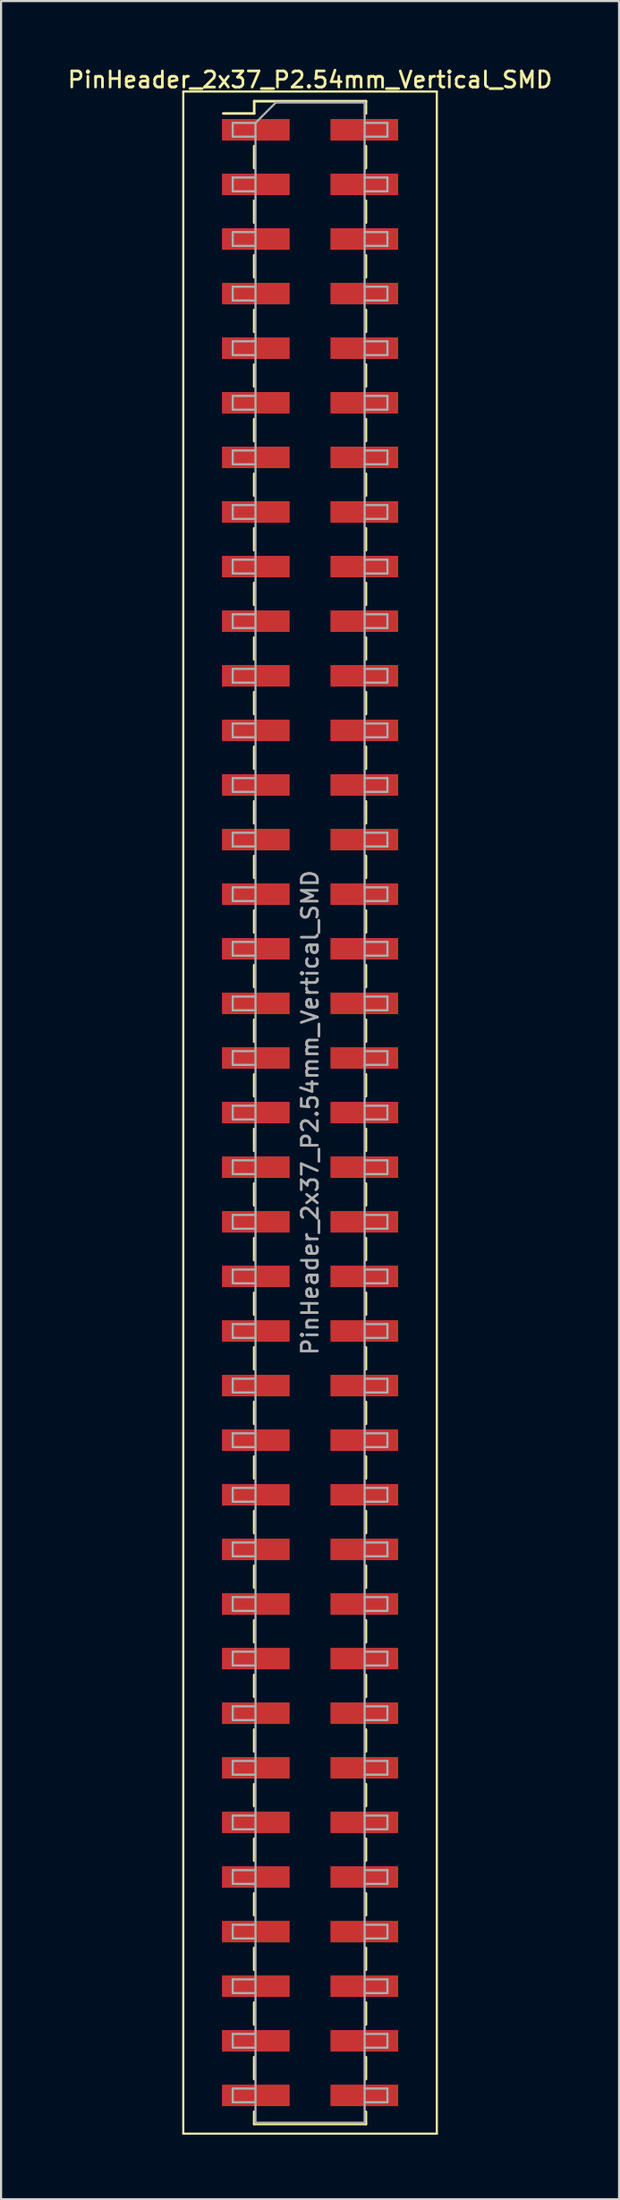
<source format=kicad_pcb>
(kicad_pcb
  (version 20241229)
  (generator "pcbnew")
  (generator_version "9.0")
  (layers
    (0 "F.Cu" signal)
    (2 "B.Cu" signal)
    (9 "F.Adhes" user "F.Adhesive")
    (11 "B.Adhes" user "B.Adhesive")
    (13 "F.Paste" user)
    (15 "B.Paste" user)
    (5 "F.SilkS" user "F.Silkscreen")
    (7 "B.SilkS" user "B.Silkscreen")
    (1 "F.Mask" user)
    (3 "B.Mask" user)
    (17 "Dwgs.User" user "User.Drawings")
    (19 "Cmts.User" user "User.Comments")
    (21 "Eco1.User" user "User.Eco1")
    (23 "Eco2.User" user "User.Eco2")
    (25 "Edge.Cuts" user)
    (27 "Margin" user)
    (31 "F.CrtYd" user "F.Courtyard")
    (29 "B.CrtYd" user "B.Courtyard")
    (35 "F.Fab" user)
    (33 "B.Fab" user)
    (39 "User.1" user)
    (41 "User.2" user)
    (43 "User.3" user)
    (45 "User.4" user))
  (footprint "PinHeader_2x37_P2.54mm_Vertical_SMD"
    (layer "F.Cu")
    (at 11.38 48.708)
    (property "Reference" "PinHeader_2x37_P2.54mm_Vertical_SMD" (at 0 -48.05 0) (layer "F.SilkS") (effects (font (size 0.75 0.75) (thickness 0.125))))
    (attr smd)
    (fp_line (start -5.9 -47.5) (end -5.9 47.5) (stroke (width 0.1) (type solid)) (layer "F.SilkS"))
    (fp_line (start -5.9 47.5) (end 5.9 47.5) (stroke (width 0.1) (type solid)) (layer "F.SilkS"))
    (fp_line (start -4.04 -46.48) (end -2.6 -46.48) (stroke (width 0.12) (type solid)) (layer "F.SilkS"))
    (fp_line (start -2.6 -47.05) (end -2.6 -46.48) (stroke (width 0.12) (type solid)) (layer "F.SilkS"))
    (fp_line (start -2.6 -47.05) (end 2.6 -47.05) (stroke (width 0.12) (type solid)) (layer "F.SilkS"))
    (fp_line (start -2.6 -44.96) (end -2.6 -43.94) (stroke (width 0.12) (type solid)) (layer "F.SilkS"))
    (fp_line (start -2.6 -42.42) (end -2.6 -41.4) (stroke (width 0.12) (type solid)) (layer "F.SilkS"))
    (fp_line (start -2.6 -39.88) (end -2.6 -38.86) (stroke (width 0.12) (type solid)) (layer "F.SilkS"))
    (fp_line (start -2.6 -37.34) (end -2.6 -36.32) (stroke (width 0.12) (type solid)) (layer "F.SilkS"))
    (fp_line (start -2.6 -34.8) (end -2.6 -33.78) (stroke (width 0.12) (type solid)) (layer "F.SilkS"))
    (fp_line (start -2.6 -32.26) (end -2.6 -31.24) (stroke (width 0.12) (type solid)) (layer "F.SilkS"))
    (fp_line (start -2.6 -29.72) (end -2.6 -28.7) (stroke (width 0.12) (type solid)) (layer "F.SilkS"))
    (fp_line (start -2.6 -27.18) (end -2.6 -26.16) (stroke (width 0.12) (type solid)) (layer "F.SilkS"))
    (fp_line (start -2.6 -24.64) (end -2.6 -23.62) (stroke (width 0.12) (type solid)) (layer "F.SilkS"))
    (fp_line (start -2.6 -22.1) (end -2.6 -21.08) (stroke (width 0.12) (type solid)) (layer "F.SilkS"))
    (fp_line (start -2.6 -19.56) (end -2.6 -18.54) (stroke (width 0.12) (type solid)) (layer "F.SilkS"))
    (fp_line (start -2.6 -17.02) (end -2.6 -16) (stroke (width 0.12) (type solid)) (layer "F.SilkS"))
    (fp_line (start -2.6 -14.48) (end -2.6 -13.46) (stroke (width 0.12) (type solid)) (layer "F.SilkS"))
    (fp_line (start -2.6 -11.94) (end -2.6 -10.92) (stroke (width 0.12) (type solid)) (layer "F.SilkS"))
    (fp_line (start -2.6 -9.4) (end -2.6 -8.38) (stroke (width 0.12) (type solid)) (layer "F.SilkS"))
    (fp_line (start -2.6 -6.86) (end -2.6 -5.84) (stroke (width 0.12) (type solid)) (layer "F.SilkS"))
    (fp_line (start -2.6 -4.32) (end -2.6 -3.3) (stroke (width 0.12) (type solid)) (layer "F.SilkS"))
    (fp_line (start -2.6 -1.78) (end -2.6 -0.76) (stroke (width 0.12) (type solid)) (layer "F.SilkS"))
    (fp_line (start -2.6 0.76) (end -2.6 1.78) (stroke (width 0.12) (type solid)) (layer "F.SilkS"))
    (fp_line (start -2.6 3.3) (end -2.6 4.32) (stroke (width 0.12) (type solid)) (layer "F.SilkS"))
    (fp_line (start -2.6 5.84) (end -2.6 6.86) (stroke (width 0.12) (type solid)) (layer "F.SilkS"))
    (fp_line (start -2.6 8.38) (end -2.6 9.4) (stroke (width 0.12) (type solid)) (layer "F.SilkS"))
    (fp_line (start -2.6 10.92) (end -2.6 11.94) (stroke (width 0.12) (type solid)) (layer "F.SilkS"))
    (fp_line (start -2.6 13.46) (end -2.6 14.48) (stroke (width 0.12) (type solid)) (layer "F.SilkS"))
    (fp_line (start -2.6 16) (end -2.6 17.02) (stroke (width 0.12) (type solid)) (layer "F.SilkS"))
    (fp_line (start -2.6 18.54) (end -2.6 19.56) (stroke (width 0.12) (type solid)) (layer "F.SilkS"))
    (fp_line (start -2.6 21.08) (end -2.6 22.1) (stroke (width 0.12) (type solid)) (layer "F.SilkS"))
    (fp_line (start -2.6 23.62) (end -2.6 24.64) (stroke (width 0.12) (type solid)) (layer "F.SilkS"))
    (fp_line (start -2.6 26.16) (end -2.6 27.18) (stroke (width 0.12) (type solid)) (layer "F.SilkS"))
    (fp_line (start -2.6 28.7) (end -2.6 29.72) (stroke (width 0.12) (type solid)) (layer "F.SilkS"))
    (fp_line (start -2.6 31.24) (end -2.6 32.26) (stroke (width 0.12) (type solid)) (layer "F.SilkS"))
    (fp_line (start -2.6 33.78) (end -2.6 34.8) (stroke (width 0.12) (type solid)) (layer "F.SilkS"))
    (fp_line (start -2.6 36.32) (end -2.6 37.34) (stroke (width 0.12) (type solid)) (layer "F.SilkS"))
    (fp_line (start -2.6 38.86) (end -2.6 39.88) (stroke (width 0.12) (type solid)) (layer "F.SilkS"))
    (fp_line (start -2.6 41.4) (end -2.6 42.42) (stroke (width 0.12) (type solid)) (layer "F.SilkS"))
    (fp_line (start -2.6 43.94) (end -2.6 44.96) (stroke (width 0.12) (type solid)) (layer "F.SilkS"))
    (fp_line (start -2.6 46.48) (end -2.6 47.05) (stroke (width 0.12) (type solid)) (layer "F.SilkS"))
    (fp_line (start -2.6 47.05) (end 2.6 47.05) (stroke (width 0.12) (type solid)) (layer "F.SilkS"))
    (fp_line (start 2.6 -47.05) (end 2.6 -46.48) (stroke (width 0.12) (type solid)) (layer "F.SilkS"))
    (fp_line (start 2.6 -44.96) (end 2.6 -43.94) (stroke (width 0.12) (type solid)) (layer "F.SilkS"))
    (fp_line (start 2.6 -42.42) (end 2.6 -41.4) (stroke (width 0.12) (type solid)) (layer "F.SilkS"))
    (fp_line (start 2.6 -39.88) (end 2.6 -38.86) (stroke (width 0.12) (type solid)) (layer "F.SilkS"))
    (fp_line (start 2.6 -37.34) (end 2.6 -36.32) (stroke (width 0.12) (type solid)) (layer "F.SilkS"))
    (fp_line (start 2.6 -34.8) (end 2.6 -33.78) (stroke (width 0.12) (type solid)) (layer "F.SilkS"))
    (fp_line (start 2.6 -32.26) (end 2.6 -31.24) (stroke (width 0.12) (type solid)) (layer "F.SilkS"))
    (fp_line (start 2.6 -29.72) (end 2.6 -28.7) (stroke (width 0.12) (type solid)) (layer "F.SilkS"))
    (fp_line (start 2.6 -27.18) (end 2.6 -26.16) (stroke (width 0.12) (type solid)) (layer "F.SilkS"))
    (fp_line (start 2.6 -24.64) (end 2.6 -23.62) (stroke (width 0.12) (type solid)) (layer "F.SilkS"))
    (fp_line (start 2.6 -22.1) (end 2.6 -21.08) (stroke (width 0.12) (type solid)) (layer "F.SilkS"))
    (fp_line (start 2.6 -19.56) (end 2.6 -18.54) (stroke (width 0.12) (type solid)) (layer "F.SilkS"))
    (fp_line (start 2.6 -17.02) (end 2.6 -16) (stroke (width 0.12) (type solid)) (layer "F.SilkS"))
    (fp_line (start 2.6 -14.48) (end 2.6 -13.46) (stroke (width 0.12) (type solid)) (layer "F.SilkS"))
    (fp_line (start 2.6 -11.94) (end 2.6 -10.92) (stroke (width 0.12) (type solid)) (layer "F.SilkS"))
    (fp_line (start 2.6 -9.4) (end 2.6 -8.38) (stroke (width 0.12) (type solid)) (layer "F.SilkS"))
    (fp_line (start 2.6 -6.86) (end 2.6 -5.84) (stroke (width 0.12) (type solid)) (layer "F.SilkS"))
    (fp_line (start 2.6 -4.32) (end 2.6 -3.3) (stroke (width 0.12) (type solid)) (layer "F.SilkS"))
    (fp_line (start 2.6 -1.78) (end 2.6 -0.76) (stroke (width 0.12) (type solid)) (layer "F.SilkS"))
    (fp_line (start 2.6 0.76) (end 2.6 1.78) (stroke (width 0.12) (type solid)) (layer "F.SilkS"))
    (fp_line (start 2.6 3.3) (end 2.6 4.32) (stroke (width 0.12) (type solid)) (layer "F.SilkS"))
    (fp_line (start 2.6 5.84) (end 2.6 6.86) (stroke (width 0.12) (type solid)) (layer "F.SilkS"))
    (fp_line (start 2.6 8.38) (end 2.6 9.4) (stroke (width 0.12) (type solid)) (layer "F.SilkS"))
    (fp_line (start 2.6 10.92) (end 2.6 11.94) (stroke (width 0.12) (type solid)) (layer "F.SilkS"))
    (fp_line (start 2.6 13.46) (end 2.6 14.48) (stroke (width 0.12) (type solid)) (layer "F.SilkS"))
    (fp_line (start 2.6 16) (end 2.6 17.02) (stroke (width 0.12) (type solid)) (layer "F.SilkS"))
    (fp_line (start 2.6 18.54) (end 2.6 19.56) (stroke (width 0.12) (type solid)) (layer "F.SilkS"))
    (fp_line (start 2.6 21.08) (end 2.6 22.1) (stroke (width 0.12) (type solid)) (layer "F.SilkS"))
    (fp_line (start 2.6 23.62) (end 2.6 24.64) (stroke (width 0.12) (type solid)) (layer "F.SilkS"))
    (fp_line (start 2.6 26.16) (end 2.6 27.18) (stroke (width 0.12) (type solid)) (layer "F.SilkS"))
    (fp_line (start 2.6 28.7) (end 2.6 29.72) (stroke (width 0.12) (type solid)) (layer "F.SilkS"))
    (fp_line (start 2.6 31.24) (end 2.6 32.26) (stroke (width 0.12) (type solid)) (layer "F.SilkS"))
    (fp_line (start 2.6 33.78) (end 2.6 34.8) (stroke (width 0.12) (type solid)) (layer "F.SilkS"))
    (fp_line (start 2.6 36.32) (end 2.6 37.34) (stroke (width 0.12) (type solid)) (layer "F.SilkS"))
    (fp_line (start 2.6 38.86) (end 2.6 39.88) (stroke (width 0.12) (type solid)) (layer "F.SilkS"))
    (fp_line (start 2.6 41.4) (end 2.6 42.42) (stroke (width 0.12) (type solid)) (layer "F.SilkS"))
    (fp_line (start 2.6 43.94) (end 2.6 44.96) (stroke (width 0.12) (type solid)) (layer "F.SilkS"))
    (fp_line (start 2.6 46.48) (end 2.6 47.05) (stroke (width 0.12) (type solid)) (layer "F.SilkS"))
    (fp_line (start 5.9 -47.5) (end -5.9 -47.5) (stroke (width 0.1) (type solid)) (layer "F.SilkS"))
    (fp_line (start 5.9 47.5) (end 5.9 -47.5) (stroke (width 0.1) (type solid)) (layer "F.SilkS"))
    (fp_line (start -3.6 -46.04) (end -3.6 -45.4) (stroke (width 0.1) (type solid)) (layer "F.Fab"))
    (fp_line (start -3.6 -45.4) (end -2.54 -45.4) (stroke (width 0.1) (type solid)) (layer "F.Fab"))
    (fp_line (start -3.6 -43.5) (end -3.6 -42.86) (stroke (width 0.1) (type solid)) (layer "F.Fab"))
    (fp_line (start -3.6 -42.86) (end -2.54 -42.86) (stroke (width 0.1) (type solid)) (layer "F.Fab"))
    (fp_line (start -3.6 -40.96) (end -3.6 -40.32) (stroke (width 0.1) (type solid)) (layer "F.Fab"))
    (fp_line (start -3.6 -40.32) (end -2.54 -40.32) (stroke (width 0.1) (type solid)) (layer "F.Fab"))
    (fp_line (start -3.6 -38.42) (end -3.6 -37.78) (stroke (width 0.1) (type solid)) (layer "F.Fab"))
    (fp_line (start -3.6 -37.78) (end -2.54 -37.78) (stroke (width 0.1) (type solid)) (layer "F.Fab"))
    (fp_line (start -3.6 -35.88) (end -3.6 -35.24) (stroke (width 0.1) (type solid)) (layer "F.Fab"))
    (fp_line (start -3.6 -35.24) (end -2.54 -35.24) (stroke (width 0.1) (type solid)) (layer "F.Fab"))
    (fp_line (start -3.6 -33.34) (end -3.6 -32.7) (stroke (width 0.1) (type solid)) (layer "F.Fab"))
    (fp_line (start -3.6 -32.7) (end -2.54 -32.7) (stroke (width 0.1) (type solid)) (layer "F.Fab"))
    (fp_line (start -3.6 -30.8) (end -3.6 -30.16) (stroke (width 0.1) (type solid)) (layer "F.Fab"))
    (fp_line (start -3.6 -30.16) (end -2.54 -30.16) (stroke (width 0.1) (type solid)) (layer "F.Fab"))
    (fp_line (start -3.6 -28.26) (end -3.6 -27.62) (stroke (width 0.1) (type solid)) (layer "F.Fab"))
    (fp_line (start -3.6 -27.62) (end -2.54 -27.62) (stroke (width 0.1) (type solid)) (layer "F.Fab"))
    (fp_line (start -3.6 -25.72) (end -3.6 -25.08) (stroke (width 0.1) (type solid)) (layer "F.Fab"))
    (fp_line (start -3.6 -25.08) (end -2.54 -25.08) (stroke (width 0.1) (type solid)) (layer "F.Fab"))
    (fp_line (start -3.6 -23.18) (end -3.6 -22.54) (stroke (width 0.1) (type solid)) (layer "F.Fab"))
    (fp_line (start -3.6 -22.54) (end -2.54 -22.54) (stroke (width 0.1) (type solid)) (layer "F.Fab"))
    (fp_line (start -3.6 -20.64) (end -3.6 -20) (stroke (width 0.1) (type solid)) (layer "F.Fab"))
    (fp_line (start -3.6 -20) (end -2.54 -20) (stroke (width 0.1) (type solid)) (layer "F.Fab"))
    (fp_line (start -3.6 -18.1) (end -3.6 -17.46) (stroke (width 0.1) (type solid)) (layer "F.Fab"))
    (fp_line (start -3.6 -17.46) (end -2.54 -17.46) (stroke (width 0.1) (type solid)) (layer "F.Fab"))
    (fp_line (start -3.6 -15.56) (end -3.6 -14.92) (stroke (width 0.1) (type solid)) (layer "F.Fab"))
    (fp_line (start -3.6 -14.92) (end -2.54 -14.92) (stroke (width 0.1) (type solid)) (layer "F.Fab"))
    (fp_line (start -3.6 -13.02) (end -3.6 -12.38) (stroke (width 0.1) (type solid)) (layer "F.Fab"))
    (fp_line (start -3.6 -12.38) (end -2.54 -12.38) (stroke (width 0.1) (type solid)) (layer "F.Fab"))
    (fp_line (start -3.6 -10.48) (end -3.6 -9.84) (stroke (width 0.1) (type solid)) (layer "F.Fab"))
    (fp_line (start -3.6 -9.84) (end -2.54 -9.84) (stroke (width 0.1) (type solid)) (layer "F.Fab"))
    (fp_line (start -3.6 -7.94) (end -3.6 -7.3) (stroke (width 0.1) (type solid)) (layer "F.Fab"))
    (fp_line (start -3.6 -7.3) (end -2.54 -7.3) (stroke (width 0.1) (type solid)) (layer "F.Fab"))
    (fp_line (start -3.6 -5.4) (end -3.6 -4.76) (stroke (width 0.1) (type solid)) (layer "F.Fab"))
    (fp_line (start -3.6 -4.76) (end -2.54 -4.76) (stroke (width 0.1) (type solid)) (layer "F.Fab"))
    (fp_line (start -3.6 -2.86) (end -3.6 -2.22) (stroke (width 0.1) (type solid)) (layer "F.Fab"))
    (fp_line (start -3.6 -2.22) (end -2.54 -2.22) (stroke (width 0.1) (type solid)) (layer "F.Fab"))
    (fp_line (start -3.6 -0.32) (end -3.6 0.32) (stroke (width 0.1) (type solid)) (layer "F.Fab"))
    (fp_line (start -3.6 0.32) (end -2.54 0.32) (stroke (width 0.1) (type solid)) (layer "F.Fab"))
    (fp_line (start -3.6 2.22) (end -3.6 2.86) (stroke (width 0.1) (type solid)) (layer "F.Fab"))
    (fp_line (start -3.6 2.86) (end -2.54 2.86) (stroke (width 0.1) (type solid)) (layer "F.Fab"))
    (fp_line (start -3.6 4.76) (end -3.6 5.4) (stroke (width 0.1) (type solid)) (layer "F.Fab"))
    (fp_line (start -3.6 5.4) (end -2.54 5.4) (stroke (width 0.1) (type solid)) (layer "F.Fab"))
    (fp_line (start -3.6 7.3) (end -3.6 7.94) (stroke (width 0.1) (type solid)) (layer "F.Fab"))
    (fp_line (start -3.6 7.94) (end -2.54 7.94) (stroke (width 0.1) (type solid)) (layer "F.Fab"))
    (fp_line (start -3.6 9.84) (end -3.6 10.48) (stroke (width 0.1) (type solid)) (layer "F.Fab"))
    (fp_line (start -3.6 10.48) (end -2.54 10.48) (stroke (width 0.1) (type solid)) (layer "F.Fab"))
    (fp_line (start -3.6 12.38) (end -3.6 13.02) (stroke (width 0.1) (type solid)) (layer "F.Fab"))
    (fp_line (start -3.6 13.02) (end -2.54 13.02) (stroke (width 0.1) (type solid)) (layer "F.Fab"))
    (fp_line (start -3.6 14.92) (end -3.6 15.56) (stroke (width 0.1) (type solid)) (layer "F.Fab"))
    (fp_line (start -3.6 15.56) (end -2.54 15.56) (stroke (width 0.1) (type solid)) (layer "F.Fab"))
    (fp_line (start -3.6 17.46) (end -3.6 18.1) (stroke (width 0.1) (type solid)) (layer "F.Fab"))
    (fp_line (start -3.6 18.1) (end -2.54 18.1) (stroke (width 0.1) (type solid)) (layer "F.Fab"))
    (fp_line (start -3.6 20) (end -3.6 20.64) (stroke (width 0.1) (type solid)) (layer "F.Fab"))
    (fp_line (start -3.6 20.64) (end -2.54 20.64) (stroke (width 0.1) (type solid)) (layer "F.Fab"))
    (fp_line (start -3.6 22.54) (end -3.6 23.18) (stroke (width 0.1) (type solid)) (layer "F.Fab"))
    (fp_line (start -3.6 23.18) (end -2.54 23.18) (stroke (width 0.1) (type solid)) (layer "F.Fab"))
    (fp_line (start -3.6 25.08) (end -3.6 25.72) (stroke (width 0.1) (type solid)) (layer "F.Fab"))
    (fp_line (start -3.6 25.72) (end -2.54 25.72) (stroke (width 0.1) (type solid)) (layer "F.Fab"))
    (fp_line (start -3.6 27.62) (end -3.6 28.26) (stroke (width 0.1) (type solid)) (layer "F.Fab"))
    (fp_line (start -3.6 28.26) (end -2.54 28.26) (stroke (width 0.1) (type solid)) (layer "F.Fab"))
    (fp_line (start -3.6 30.16) (end -3.6 30.8) (stroke (width 0.1) (type solid)) (layer "F.Fab"))
    (fp_line (start -3.6 30.8) (end -2.54 30.8) (stroke (width 0.1) (type solid)) (layer "F.Fab"))
    (fp_line (start -3.6 32.7) (end -3.6 33.34) (stroke (width 0.1) (type solid)) (layer "F.Fab"))
    (fp_line (start -3.6 33.34) (end -2.54 33.34) (stroke (width 0.1) (type solid)) (layer "F.Fab"))
    (fp_line (start -3.6 35.24) (end -3.6 35.88) (stroke (width 0.1) (type solid)) (layer "F.Fab"))
    (fp_line (start -3.6 35.88) (end -2.54 35.88) (stroke (width 0.1) (type solid)) (layer "F.Fab"))
    (fp_line (start -3.6 37.78) (end -3.6 38.42) (stroke (width 0.1) (type solid)) (layer "F.Fab"))
    (fp_line (start -3.6 38.42) (end -2.54 38.42) (stroke (width 0.1) (type solid)) (layer "F.Fab"))
    (fp_line (start -3.6 40.32) (end -3.6 40.96) (stroke (width 0.1) (type solid)) (layer "F.Fab"))
    (fp_line (start -3.6 40.96) (end -2.54 40.96) (stroke (width 0.1) (type solid)) (layer "F.Fab"))
    (fp_line (start -3.6 42.86) (end -3.6 43.5) (stroke (width 0.1) (type solid)) (layer "F.Fab"))
    (fp_line (start -3.6 43.5) (end -2.54 43.5) (stroke (width 0.1) (type solid)) (layer "F.Fab"))
    (fp_line (start -3.6 45.4) (end -3.6 46.04) (stroke (width 0.1) (type solid)) (layer "F.Fab"))
    (fp_line (start -3.6 46.04) (end -2.54 46.04) (stroke (width 0.1) (type solid)) (layer "F.Fab"))
    (fp_line (start -2.54 -46.04) (end -3.6 -46.04) (stroke (width 0.1) (type solid)) (layer "F.Fab"))
    (fp_line (start -2.54 -46.04) (end -1.59 -46.99) (stroke (width 0.1) (type solid)) (layer "F.Fab"))
    (fp_line (start -2.54 -43.5) (end -3.6 -43.5) (stroke (width 0.1) (type solid)) (layer "F.Fab"))
    (fp_line (start -2.54 -40.96) (end -3.6 -40.96) (stroke (width 0.1) (type solid)) (layer "F.Fab"))
    (fp_line (start -2.54 -38.42) (end -3.6 -38.42) (stroke (width 0.1) (type solid)) (layer "F.Fab"))
    (fp_line (start -2.54 -35.88) (end -3.6 -35.88) (stroke (width 0.1) (type solid)) (layer "F.Fab"))
    (fp_line (start -2.54 -33.34) (end -3.6 -33.34) (stroke (width 0.1) (type solid)) (layer "F.Fab"))
    (fp_line (start -2.54 -30.8) (end -3.6 -30.8) (stroke (width 0.1) (type solid)) (layer "F.Fab"))
    (fp_line (start -2.54 -28.26) (end -3.6 -28.26) (stroke (width 0.1) (type solid)) (layer "F.Fab"))
    (fp_line (start -2.54 -25.72) (end -3.6 -25.72) (stroke (width 0.1) (type solid)) (layer "F.Fab"))
    (fp_line (start -2.54 -23.18) (end -3.6 -23.18) (stroke (width 0.1) (type solid)) (layer "F.Fab"))
    (fp_line (start -2.54 -20.64) (end -3.6 -20.64) (stroke (width 0.1) (type solid)) (layer "F.Fab"))
    (fp_line (start -2.54 -18.1) (end -3.6 -18.1) (stroke (width 0.1) (type solid)) (layer "F.Fab"))
    (fp_line (start -2.54 -15.56) (end -3.6 -15.56) (stroke (width 0.1) (type solid)) (layer "F.Fab"))
    (fp_line (start -2.54 -13.02) (end -3.6 -13.02) (stroke (width 0.1) (type solid)) (layer "F.Fab"))
    (fp_line (start -2.54 -10.48) (end -3.6 -10.48) (stroke (width 0.1) (type solid)) (layer "F.Fab"))
    (fp_line (start -2.54 -7.94) (end -3.6 -7.94) (stroke (width 0.1) (type solid)) (layer "F.Fab"))
    (fp_line (start -2.54 -5.4) (end -3.6 -5.4) (stroke (width 0.1) (type solid)) (layer "F.Fab"))
    (fp_line (start -2.54 -2.86) (end -3.6 -2.86) (stroke (width 0.1) (type solid)) (layer "F.Fab"))
    (fp_line (start -2.54 -0.32) (end -3.6 -0.32) (stroke (width 0.1) (type solid)) (layer "F.Fab"))
    (fp_line (start -2.54 2.22) (end -3.6 2.22) (stroke (width 0.1) (type solid)) (layer "F.Fab"))
    (fp_line (start -2.54 4.76) (end -3.6 4.76) (stroke (width 0.1) (type solid)) (layer "F.Fab"))
    (fp_line (start -2.54 7.3) (end -3.6 7.3) (stroke (width 0.1) (type solid)) (layer "F.Fab"))
    (fp_line (start -2.54 9.84) (end -3.6 9.84) (stroke (width 0.1) (type solid)) (layer "F.Fab"))
    (fp_line (start -2.54 12.38) (end -3.6 12.38) (stroke (width 0.1) (type solid)) (layer "F.Fab"))
    (fp_line (start -2.54 14.92) (end -3.6 14.92) (stroke (width 0.1) (type solid)) (layer "F.Fab"))
    (fp_line (start -2.54 17.46) (end -3.6 17.46) (stroke (width 0.1) (type solid)) (layer "F.Fab"))
    (fp_line (start -2.54 20) (end -3.6 20) (stroke (width 0.1) (type solid)) (layer "F.Fab"))
    (fp_line (start -2.54 22.54) (end -3.6 22.54) (stroke (width 0.1) (type solid)) (layer "F.Fab"))
    (fp_line (start -2.54 25.08) (end -3.6 25.08) (stroke (width 0.1) (type solid)) (layer "F.Fab"))
    (fp_line (start -2.54 27.62) (end -3.6 27.62) (stroke (width 0.1) (type solid)) (layer "F.Fab"))
    (fp_line (start -2.54 30.16) (end -3.6 30.16) (stroke (width 0.1) (type solid)) (layer "F.Fab"))
    (fp_line (start -2.54 32.7) (end -3.6 32.7) (stroke (width 0.1) (type solid)) (layer "F.Fab"))
    (fp_line (start -2.54 35.24) (end -3.6 35.24) (stroke (width 0.1) (type solid)) (layer "F.Fab"))
    (fp_line (start -2.54 37.78) (end -3.6 37.78) (stroke (width 0.1) (type solid)) (layer "F.Fab"))
    (fp_line (start -2.54 40.32) (end -3.6 40.32) (stroke (width 0.1) (type solid)) (layer "F.Fab"))
    (fp_line (start -2.54 42.86) (end -3.6 42.86) (stroke (width 0.1) (type solid)) (layer "F.Fab"))
    (fp_line (start -2.54 45.4) (end -3.6 45.4) (stroke (width 0.1) (type solid)) (layer "F.Fab"))
    (fp_line (start -2.54 46.99) (end -2.54 -46.04) (stroke (width 0.1) (type solid)) (layer "F.Fab"))
    (fp_line (start -1.59 -46.99) (end 2.54 -46.99) (stroke (width 0.1) (type solid)) (layer "F.Fab"))
    (fp_line (start 2.54 -46.99) (end 2.54 46.99) (stroke (width 0.1) (type solid)) (layer "F.Fab"))
    (fp_line (start 2.54 -46.04) (end 3.6 -46.04) (stroke (width 0.1) (type solid)) (layer "F.Fab"))
    (fp_line (start 2.54 -43.5) (end 3.6 -43.5) (stroke (width 0.1) (type solid)) (layer "F.Fab"))
    (fp_line (start 2.54 -40.96) (end 3.6 -40.96) (stroke (width 0.1) (type solid)) (layer "F.Fab"))
    (fp_line (start 2.54 -38.42) (end 3.6 -38.42) (stroke (width 0.1) (type solid)) (layer "F.Fab"))
    (fp_line (start 2.54 -35.88) (end 3.6 -35.88) (stroke (width 0.1) (type solid)) (layer "F.Fab"))
    (fp_line (start 2.54 -33.34) (end 3.6 -33.34) (stroke (width 0.1) (type solid)) (layer "F.Fab"))
    (fp_line (start 2.54 -30.8) (end 3.6 -30.8) (stroke (width 0.1) (type solid)) (layer "F.Fab"))
    (fp_line (start 2.54 -28.26) (end 3.6 -28.26) (stroke (width 0.1) (type solid)) (layer "F.Fab"))
    (fp_line (start 2.54 -25.72) (end 3.6 -25.72) (stroke (width 0.1) (type solid)) (layer "F.Fab"))
    (fp_line (start 2.54 -23.18) (end 3.6 -23.18) (stroke (width 0.1) (type solid)) (layer "F.Fab"))
    (fp_line (start 2.54 -20.64) (end 3.6 -20.64) (stroke (width 0.1) (type solid)) (layer "F.Fab"))
    (fp_line (start 2.54 -18.1) (end 3.6 -18.1) (stroke (width 0.1) (type solid)) (layer "F.Fab"))
    (fp_line (start 2.54 -15.56) (end 3.6 -15.56) (stroke (width 0.1) (type solid)) (layer "F.Fab"))
    (fp_line (start 2.54 -13.02) (end 3.6 -13.02) (stroke (width 0.1) (type solid)) (layer "F.Fab"))
    (fp_line (start 2.54 -10.48) (end 3.6 -10.48) (stroke (width 0.1) (type solid)) (layer "F.Fab"))
    (fp_line (start 2.54 -7.94) (end 3.6 -7.94) (stroke (width 0.1) (type solid)) (layer "F.Fab"))
    (fp_line (start 2.54 -5.4) (end 3.6 -5.4) (stroke (width 0.1) (type solid)) (layer "F.Fab"))
    (fp_line (start 2.54 -2.86) (end 3.6 -2.86) (stroke (width 0.1) (type solid)) (layer "F.Fab"))
    (fp_line (start 2.54 -0.32) (end 3.6 -0.32) (stroke (width 0.1) (type solid)) (layer "F.Fab"))
    (fp_line (start 2.54 2.22) (end 3.6 2.22) (stroke (width 0.1) (type solid)) (layer "F.Fab"))
    (fp_line (start 2.54 4.76) (end 3.6 4.76) (stroke (width 0.1) (type solid)) (layer "F.Fab"))
    (fp_line (start 2.54 7.3) (end 3.6 7.3) (stroke (width 0.1) (type solid)) (layer "F.Fab"))
    (fp_line (start 2.54 9.84) (end 3.6 9.84) (stroke (width 0.1) (type solid)) (layer "F.Fab"))
    (fp_line (start 2.54 12.38) (end 3.6 12.38) (stroke (width 0.1) (type solid)) (layer "F.Fab"))
    (fp_line (start 2.54 14.92) (end 3.6 14.92) (stroke (width 0.1) (type solid)) (layer "F.Fab"))
    (fp_line (start 2.54 17.46) (end 3.6 17.46) (stroke (width 0.1) (type solid)) (layer "F.Fab"))
    (fp_line (start 2.54 20) (end 3.6 20) (stroke (width 0.1) (type solid)) (layer "F.Fab"))
    (fp_line (start 2.54 22.54) (end 3.6 22.54) (stroke (width 0.1) (type solid)) (layer "F.Fab"))
    (fp_line (start 2.54 25.08) (end 3.6 25.08) (stroke (width 0.1) (type solid)) (layer "F.Fab"))
    (fp_line (start 2.54 27.62) (end 3.6 27.62) (stroke (width 0.1) (type solid)) (layer "F.Fab"))
    (fp_line (start 2.54 30.16) (end 3.6 30.16) (stroke (width 0.1) (type solid)) (layer "F.Fab"))
    (fp_line (start 2.54 32.7) (end 3.6 32.7) (stroke (width 0.1) (type solid)) (layer "F.Fab"))
    (fp_line (start 2.54 35.24) (end 3.6 35.24) (stroke (width 0.1) (type solid)) (layer "F.Fab"))
    (fp_line (start 2.54 37.78) (end 3.6 37.78) (stroke (width 0.1) (type solid)) (layer "F.Fab"))
    (fp_line (start 2.54 40.32) (end 3.6 40.32) (stroke (width 0.1) (type solid)) (layer "F.Fab"))
    (fp_line (start 2.54 42.86) (end 3.6 42.86) (stroke (width 0.1) (type solid)) (layer "F.Fab"))
    (fp_line (start 2.54 45.4) (end 3.6 45.4) (stroke (width 0.1) (type solid)) (layer "F.Fab"))
    (fp_line (start 2.54 46.99) (end -2.54 46.99) (stroke (width 0.1) (type solid)) (layer "F.Fab"))
    (fp_line (start 3.6 -46.04) (end 3.6 -45.4) (stroke (width 0.1) (type solid)) (layer "F.Fab"))
    (fp_line (start 3.6 -45.4) (end 2.54 -45.4) (stroke (width 0.1) (type solid)) (layer "F.Fab"))
    (fp_line (start 3.6 -43.5) (end 3.6 -42.86) (stroke (width 0.1) (type solid)) (layer "F.Fab"))
    (fp_line (start 3.6 -42.86) (end 2.54 -42.86) (stroke (width 0.1) (type solid)) (layer "F.Fab"))
    (fp_line (start 3.6 -40.96) (end 3.6 -40.32) (stroke (width 0.1) (type solid)) (layer "F.Fab"))
    (fp_line (start 3.6 -40.32) (end 2.54 -40.32) (stroke (width 0.1) (type solid)) (layer "F.Fab"))
    (fp_line (start 3.6 -38.42) (end 3.6 -37.78) (stroke (width 0.1) (type solid)) (layer "F.Fab"))
    (fp_line (start 3.6 -37.78) (end 2.54 -37.78) (stroke (width 0.1) (type solid)) (layer "F.Fab"))
    (fp_line (start 3.6 -35.88) (end 3.6 -35.24) (stroke (width 0.1) (type solid)) (layer "F.Fab"))
    (fp_line (start 3.6 -35.24) (end 2.54 -35.24) (stroke (width 0.1) (type solid)) (layer "F.Fab"))
    (fp_line (start 3.6 -33.34) (end 3.6 -32.7) (stroke (width 0.1) (type solid)) (layer "F.Fab"))
    (fp_line (start 3.6 -32.7) (end 2.54 -32.7) (stroke (width 0.1) (type solid)) (layer "F.Fab"))
    (fp_line (start 3.6 -30.8) (end 3.6 -30.16) (stroke (width 0.1) (type solid)) (layer "F.Fab"))
    (fp_line (start 3.6 -30.16) (end 2.54 -30.16) (stroke (width 0.1) (type solid)) (layer "F.Fab"))
    (fp_line (start 3.6 -28.26) (end 3.6 -27.62) (stroke (width 0.1) (type solid)) (layer "F.Fab"))
    (fp_line (start 3.6 -27.62) (end 2.54 -27.62) (stroke (width 0.1) (type solid)) (layer "F.Fab"))
    (fp_line (start 3.6 -25.72) (end 3.6 -25.08) (stroke (width 0.1) (type solid)) (layer "F.Fab"))
    (fp_line (start 3.6 -25.08) (end 2.54 -25.08) (stroke (width 0.1) (type solid)) (layer "F.Fab"))
    (fp_line (start 3.6 -23.18) (end 3.6 -22.54) (stroke (width 0.1) (type solid)) (layer "F.Fab"))
    (fp_line (start 3.6 -22.54) (end 2.54 -22.54) (stroke (width 0.1) (type solid)) (layer "F.Fab"))
    (fp_line (start 3.6 -20.64) (end 3.6 -20) (stroke (width 0.1) (type solid)) (layer "F.Fab"))
    (fp_line (start 3.6 -20) (end 2.54 -20) (stroke (width 0.1) (type solid)) (layer "F.Fab"))
    (fp_line (start 3.6 -18.1) (end 3.6 -17.46) (stroke (width 0.1) (type solid)) (layer "F.Fab"))
    (fp_line (start 3.6 -17.46) (end 2.54 -17.46) (stroke (width 0.1) (type solid)) (layer "F.Fab"))
    (fp_line (start 3.6 -15.56) (end 3.6 -14.92) (stroke (width 0.1) (type solid)) (layer "F.Fab"))
    (fp_line (start 3.6 -14.92) (end 2.54 -14.92) (stroke (width 0.1) (type solid)) (layer "F.Fab"))
    (fp_line (start 3.6 -13.02) (end 3.6 -12.38) (stroke (width 0.1) (type solid)) (layer "F.Fab"))
    (fp_line (start 3.6 -12.38) (end 2.54 -12.38) (stroke (width 0.1) (type solid)) (layer "F.Fab"))
    (fp_line (start 3.6 -10.48) (end 3.6 -9.84) (stroke (width 0.1) (type solid)) (layer "F.Fab"))
    (fp_line (start 3.6 -9.84) (end 2.54 -9.84) (stroke (width 0.1) (type solid)) (layer "F.Fab"))
    (fp_line (start 3.6 -7.94) (end 3.6 -7.3) (stroke (width 0.1) (type solid)) (layer "F.Fab"))
    (fp_line (start 3.6 -7.3) (end 2.54 -7.3) (stroke (width 0.1) (type solid)) (layer "F.Fab"))
    (fp_line (start 3.6 -5.4) (end 3.6 -4.76) (stroke (width 0.1) (type solid)) (layer "F.Fab"))
    (fp_line (start 3.6 -4.76) (end 2.54 -4.76) (stroke (width 0.1) (type solid)) (layer "F.Fab"))
    (fp_line (start 3.6 -2.86) (end 3.6 -2.22) (stroke (width 0.1) (type solid)) (layer "F.Fab"))
    (fp_line (start 3.6 -2.22) (end 2.54 -2.22) (stroke (width 0.1) (type solid)) (layer "F.Fab"))
    (fp_line (start 3.6 -0.32) (end 3.6 0.32) (stroke (width 0.1) (type solid)) (layer "F.Fab"))
    (fp_line (start 3.6 0.32) (end 2.54 0.32) (stroke (width 0.1) (type solid)) (layer "F.Fab"))
    (fp_line (start 3.6 2.22) (end 3.6 2.86) (stroke (width 0.1) (type solid)) (layer "F.Fab"))
    (fp_line (start 3.6 2.86) (end 2.54 2.86) (stroke (width 0.1) (type solid)) (layer "F.Fab"))
    (fp_line (start 3.6 4.76) (end 3.6 5.4) (stroke (width 0.1) (type solid)) (layer "F.Fab"))
    (fp_line (start 3.6 5.4) (end 2.54 5.4) (stroke (width 0.1) (type solid)) (layer "F.Fab"))
    (fp_line (start 3.6 7.3) (end 3.6 7.94) (stroke (width 0.1) (type solid)) (layer "F.Fab"))
    (fp_line (start 3.6 7.94) (end 2.54 7.94) (stroke (width 0.1) (type solid)) (layer "F.Fab"))
    (fp_line (start 3.6 9.84) (end 3.6 10.48) (stroke (width 0.1) (type solid)) (layer "F.Fab"))
    (fp_line (start 3.6 10.48) (end 2.54 10.48) (stroke (width 0.1) (type solid)) (layer "F.Fab"))
    (fp_line (start 3.6 12.38) (end 3.6 13.02) (stroke (width 0.1) (type solid)) (layer "F.Fab"))
    (fp_line (start 3.6 13.02) (end 2.54 13.02) (stroke (width 0.1) (type solid)) (layer "F.Fab"))
    (fp_line (start 3.6 14.92) (end 3.6 15.56) (stroke (width 0.1) (type solid)) (layer "F.Fab"))
    (fp_line (start 3.6 15.56) (end 2.54 15.56) (stroke (width 0.1) (type solid)) (layer "F.Fab"))
    (fp_line (start 3.6 17.46) (end 3.6 18.1) (stroke (width 0.1) (type solid)) (layer "F.Fab"))
    (fp_line (start 3.6 18.1) (end 2.54 18.1) (stroke (width 0.1) (type solid)) (layer "F.Fab"))
    (fp_line (start 3.6 20) (end 3.6 20.64) (stroke (width 0.1) (type solid)) (layer "F.Fab"))
    (fp_line (start 3.6 20.64) (end 2.54 20.64) (stroke (width 0.1) (type solid)) (layer "F.Fab"))
    (fp_line (start 3.6 22.54) (end 3.6 23.18) (stroke (width 0.1) (type solid)) (layer "F.Fab"))
    (fp_line (start 3.6 23.18) (end 2.54 23.18) (stroke (width 0.1) (type solid)) (layer "F.Fab"))
    (fp_line (start 3.6 25.08) (end 3.6 25.72) (stroke (width 0.1) (type solid)) (layer "F.Fab"))
    (fp_line (start 3.6 25.72) (end 2.54 25.72) (stroke (width 0.1) (type solid)) (layer "F.Fab"))
    (fp_line (start 3.6 27.62) (end 3.6 28.26) (stroke (width 0.1) (type solid)) (layer "F.Fab"))
    (fp_line (start 3.6 28.26) (end 2.54 28.26) (stroke (width 0.1) (type solid)) (layer "F.Fab"))
    (fp_line (start 3.6 30.16) (end 3.6 30.8) (stroke (width 0.1) (type solid)) (layer "F.Fab"))
    (fp_line (start 3.6 30.8) (end 2.54 30.8) (stroke (width 0.1) (type solid)) (layer "F.Fab"))
    (fp_line (start 3.6 32.7) (end 3.6 33.34) (stroke (width 0.1) (type solid)) (layer "F.Fab"))
    (fp_line (start 3.6 33.34) (end 2.54 33.34) (stroke (width 0.1) (type solid)) (layer "F.Fab"))
    (fp_line (start 3.6 35.24) (end 3.6 35.88) (stroke (width 0.1) (type solid)) (layer "F.Fab"))
    (fp_line (start 3.6 35.88) (end 2.54 35.88) (stroke (width 0.1) (type solid)) (layer "F.Fab"))
    (fp_line (start 3.6 37.78) (end 3.6 38.42) (stroke (width 0.1) (type solid)) (layer "F.Fab"))
    (fp_line (start 3.6 38.42) (end 2.54 38.42) (stroke (width 0.1) (type solid)) (layer "F.Fab"))
    (fp_line (start 3.6 40.32) (end 3.6 40.96) (stroke (width 0.1) (type solid)) (layer "F.Fab"))
    (fp_line (start 3.6 40.96) (end 2.54 40.96) (stroke (width 0.1) (type solid)) (layer "F.Fab"))
    (fp_line (start 3.6 42.86) (end 3.6 43.5) (stroke (width 0.1) (type solid)) (layer "F.Fab"))
    (fp_line (start 3.6 43.5) (end 2.54 43.5) (stroke (width 0.1) (type solid)) (layer "F.Fab"))
    (fp_line (start 3.6 45.4) (end 3.6 46.04) (stroke (width 0.1) (type solid)) (layer "F.Fab"))
    (fp_line (start 3.6 46.04) (end 2.54 46.04) (stroke (width 0.1) (type solid)) (layer "F.Fab"))
    (fp_text user "${REFERENCE}" (at 0 0 90) (layer "F.Fab") (effects (font (size 0.75 0.75) (thickness 0.125))))
    (pad "1" smd rect (at -2.525 -45.72) (size 3.15 1) (layers "F.Cu" "F.Mask" "F.Paste"))
    (pad "2" smd rect (at 2.525 -45.72) (size 3.15 1) (layers "F.Cu" "F.Mask" "F.Paste"))
    (pad "3" smd rect (at -2.525 -43.18) (size 3.15 1) (layers "F.Cu" "F.Mask" "F.Paste"))
    (pad "4" smd rect (at 2.525 -43.18) (size 3.15 1) (layers "F.Cu" "F.Mask" "F.Paste"))
    (pad "5" smd rect (at -2.525 -40.64) (size 3.15 1) (layers "F.Cu" "F.Mask" "F.Paste"))
    (pad "6" smd rect (at 2.525 -40.64) (size 3.15 1) (layers "F.Cu" "F.Mask" "F.Paste"))
    (pad "7" smd rect (at -2.525 -38.1) (size 3.15 1) (layers "F.Cu" "F.Mask" "F.Paste"))
    (pad "8" smd rect (at 2.525 -38.1) (size 3.15 1) (layers "F.Cu" "F.Mask" "F.Paste"))
    (pad "9" smd rect (at -2.525 -35.56) (size 3.15 1) (layers "F.Cu" "F.Mask" "F.Paste"))
    (pad "10" smd rect (at 2.525 -35.56) (size 3.15 1) (layers "F.Cu" "F.Mask" "F.Paste"))
    (pad "11" smd rect (at -2.525 -33.02) (size 3.15 1) (layers "F.Cu" "F.Mask" "F.Paste"))
    (pad "12" smd rect (at 2.525 -33.02) (size 3.15 1) (layers "F.Cu" "F.Mask" "F.Paste"))
    (pad "13" smd rect (at -2.525 -30.48) (size 3.15 1) (layers "F.Cu" "F.Mask" "F.Paste"))
    (pad "14" smd rect (at 2.525 -30.48) (size 3.15 1) (layers "F.Cu" "F.Mask" "F.Paste"))
    (pad "15" smd rect (at -2.525 -27.94) (size 3.15 1) (layers "F.Cu" "F.Mask" "F.Paste"))
    (pad "16" smd rect (at 2.525 -27.94) (size 3.15 1) (layers "F.Cu" "F.Mask" "F.Paste"))
    (pad "17" smd rect (at -2.525 -25.4) (size 3.15 1) (layers "F.Cu" "F.Mask" "F.Paste"))
    (pad "18" smd rect (at 2.525 -25.4) (size 3.15 1) (layers "F.Cu" "F.Mask" "F.Paste"))
    (pad "19" smd rect (at -2.525 -22.86) (size 3.15 1) (layers "F.Cu" "F.Mask" "F.Paste"))
    (pad "20" smd rect (at 2.525 -22.86) (size 3.15 1) (layers "F.Cu" "F.Mask" "F.Paste"))
    (pad "21" smd rect (at -2.525 -20.32) (size 3.15 1) (layers "F.Cu" "F.Mask" "F.Paste"))
    (pad "22" smd rect (at 2.525 -20.32) (size 3.15 1) (layers "F.Cu" "F.Mask" "F.Paste"))
    (pad "23" smd rect (at -2.525 -17.78) (size 3.15 1) (layers "F.Cu" "F.Mask" "F.Paste"))
    (pad "24" smd rect (at 2.525 -17.78) (size 3.15 1) (layers "F.Cu" "F.Mask" "F.Paste"))
    (pad "25" smd rect (at -2.525 -15.24) (size 3.15 1) (layers "F.Cu" "F.Mask" "F.Paste"))
    (pad "26" smd rect (at 2.525 -15.24) (size 3.15 1) (layers "F.Cu" "F.Mask" "F.Paste"))
    (pad "27" smd rect (at -2.525 -12.7) (size 3.15 1) (layers "F.Cu" "F.Mask" "F.Paste"))
    (pad "28" smd rect (at 2.525 -12.7) (size 3.15 1) (layers "F.Cu" "F.Mask" "F.Paste"))
    (pad "29" smd rect (at -2.525 -10.16) (size 3.15 1) (layers "F.Cu" "F.Mask" "F.Paste"))
    (pad "30" smd rect (at 2.525 -10.16) (size 3.15 1) (layers "F.Cu" "F.Mask" "F.Paste"))
    (pad "31" smd rect (at -2.525 -7.62) (size 3.15 1) (layers "F.Cu" "F.Mask" "F.Paste"))
    (pad "32" smd rect (at 2.525 -7.62) (size 3.15 1) (layers "F.Cu" "F.Mask" "F.Paste"))
    (pad "33" smd rect (at -2.525 -5.08) (size 3.15 1) (layers "F.Cu" "F.Mask" "F.Paste"))
    (pad "34" smd rect (at 2.525 -5.08) (size 3.15 1) (layers "F.Cu" "F.Mask" "F.Paste"))
    (pad "35" smd rect (at -2.525 -2.54) (size 3.15 1) (layers "F.Cu" "F.Mask" "F.Paste"))
    (pad "36" smd rect (at 2.525 -2.54) (size 3.15 1) (layers "F.Cu" "F.Mask" "F.Paste"))
    (pad "37" smd rect (at -2.525 0) (size 3.15 1) (layers "F.Cu" "F.Mask" "F.Paste"))
    (pad "38" smd rect (at 2.525 0) (size 3.15 1) (layers "F.Cu" "F.Mask" "F.Paste"))
    (pad "39" smd rect (at -2.525 2.54) (size 3.15 1) (layers "F.Cu" "F.Mask" "F.Paste"))
    (pad "40" smd rect (at 2.525 2.54) (size 3.15 1) (layers "F.Cu" "F.Mask" "F.Paste"))
    (pad "41" smd rect (at -2.525 5.08) (size 3.15 1) (layers "F.Cu" "F.Mask" "F.Paste"))
    (pad "42" smd rect (at 2.525 5.08) (size 3.15 1) (layers "F.Cu" "F.Mask" "F.Paste"))
    (pad "43" smd rect (at -2.525 7.62) (size 3.15 1) (layers "F.Cu" "F.Mask" "F.Paste"))
    (pad "44" smd rect (at 2.525 7.62) (size 3.15 1) (layers "F.Cu" "F.Mask" "F.Paste"))
    (pad "45" smd rect (at -2.525 10.16) (size 3.15 1) (layers "F.Cu" "F.Mask" "F.Paste"))
    (pad "46" smd rect (at 2.525 10.16) (size 3.15 1) (layers "F.Cu" "F.Mask" "F.Paste"))
    (pad "47" smd rect (at -2.525 12.7) (size 3.15 1) (layers "F.Cu" "F.Mask" "F.Paste"))
    (pad "48" smd rect (at 2.525 12.7) (size 3.15 1) (layers "F.Cu" "F.Mask" "F.Paste"))
    (pad "49" smd rect (at -2.525 15.24) (size 3.15 1) (layers "F.Cu" "F.Mask" "F.Paste"))
    (pad "50" smd rect (at 2.525 15.24) (size 3.15 1) (layers "F.Cu" "F.Mask" "F.Paste"))
    (pad "51" smd rect (at -2.525 17.78) (size 3.15 1) (layers "F.Cu" "F.Mask" "F.Paste"))
    (pad "52" smd rect (at 2.525 17.78) (size 3.15 1) (layers "F.Cu" "F.Mask" "F.Paste"))
    (pad "53" smd rect (at -2.525 20.32) (size 3.15 1) (layers "F.Cu" "F.Mask" "F.Paste"))
    (pad "54" smd rect (at 2.525 20.32) (size 3.15 1) (layers "F.Cu" "F.Mask" "F.Paste"))
    (pad "55" smd rect (at -2.525 22.86) (size 3.15 1) (layers "F.Cu" "F.Mask" "F.Paste"))
    (pad "56" smd rect (at 2.525 22.86) (size 3.15 1) (layers "F.Cu" "F.Mask" "F.Paste"))
    (pad "57" smd rect (at -2.525 25.4) (size 3.15 1) (layers "F.Cu" "F.Mask" "F.Paste"))
    (pad "58" smd rect (at 2.525 25.4) (size 3.15 1) (layers "F.Cu" "F.Mask" "F.Paste"))
    (pad "59" smd rect (at -2.525 27.94) (size 3.15 1) (layers "F.Cu" "F.Mask" "F.Paste"))
    (pad "60" smd rect (at 2.525 27.94) (size 3.15 1) (layers "F.Cu" "F.Mask" "F.Paste"))
    (pad "61" smd rect (at -2.525 30.48) (size 3.15 1) (layers "F.Cu" "F.Mask" "F.Paste"))
    (pad "62" smd rect (at 2.525 30.48) (size 3.15 1) (layers "F.Cu" "F.Mask" "F.Paste"))
    (pad "63" smd rect (at -2.525 33.02) (size 3.15 1) (layers "F.Cu" "F.Mask" "F.Paste"))
    (pad "64" smd rect (at 2.525 33.02) (size 3.15 1) (layers "F.Cu" "F.Mask" "F.Paste"))
    (pad "65" smd rect (at -2.525 35.56) (size 3.15 1) (layers "F.Cu" "F.Mask" "F.Paste"))
    (pad "66" smd rect (at 2.525 35.56) (size 3.15 1) (layers "F.Cu" "F.Mask" "F.Paste"))
    (pad "67" smd rect (at -2.525 38.1) (size 3.15 1) (layers "F.Cu" "F.Mask" "F.Paste"))
    (pad "68" smd rect (at 2.525 38.1) (size 3.15 1) (layers "F.Cu" "F.Mask" "F.Paste"))
    (pad "69" smd rect (at -2.525 40.64) (size 3.15 1) (layers "F.Cu" "F.Mask" "F.Paste"))
    (pad "70" smd rect (at 2.525 40.64) (size 3.15 1) (layers "F.Cu" "F.Mask" "F.Paste"))
    (pad "71" smd rect (at -2.525 43.18) (size 3.15 1) (layers "F.Cu" "F.Mask" "F.Paste"))
    (pad "72" smd rect (at 2.525 43.18) (size 3.15 1) (layers "F.Cu" "F.Mask" "F.Paste"))
    (pad "73" smd rect (at -2.525 45.72) (size 3.15 1) (layers "F.Cu" "F.Mask" "F.Paste"))
    (pad "74" smd rect (at 2.525 45.72) (size 3.15 1) (layers "F.Cu" "F.Mask" "F.Paste")))
  (gr_rect
    (start -3 -3)
    (end 25.761 99.258)
    (stroke (width 0.1) (type default))
    (fill no)
    (layer "Edge.Cuts")))
</source>
